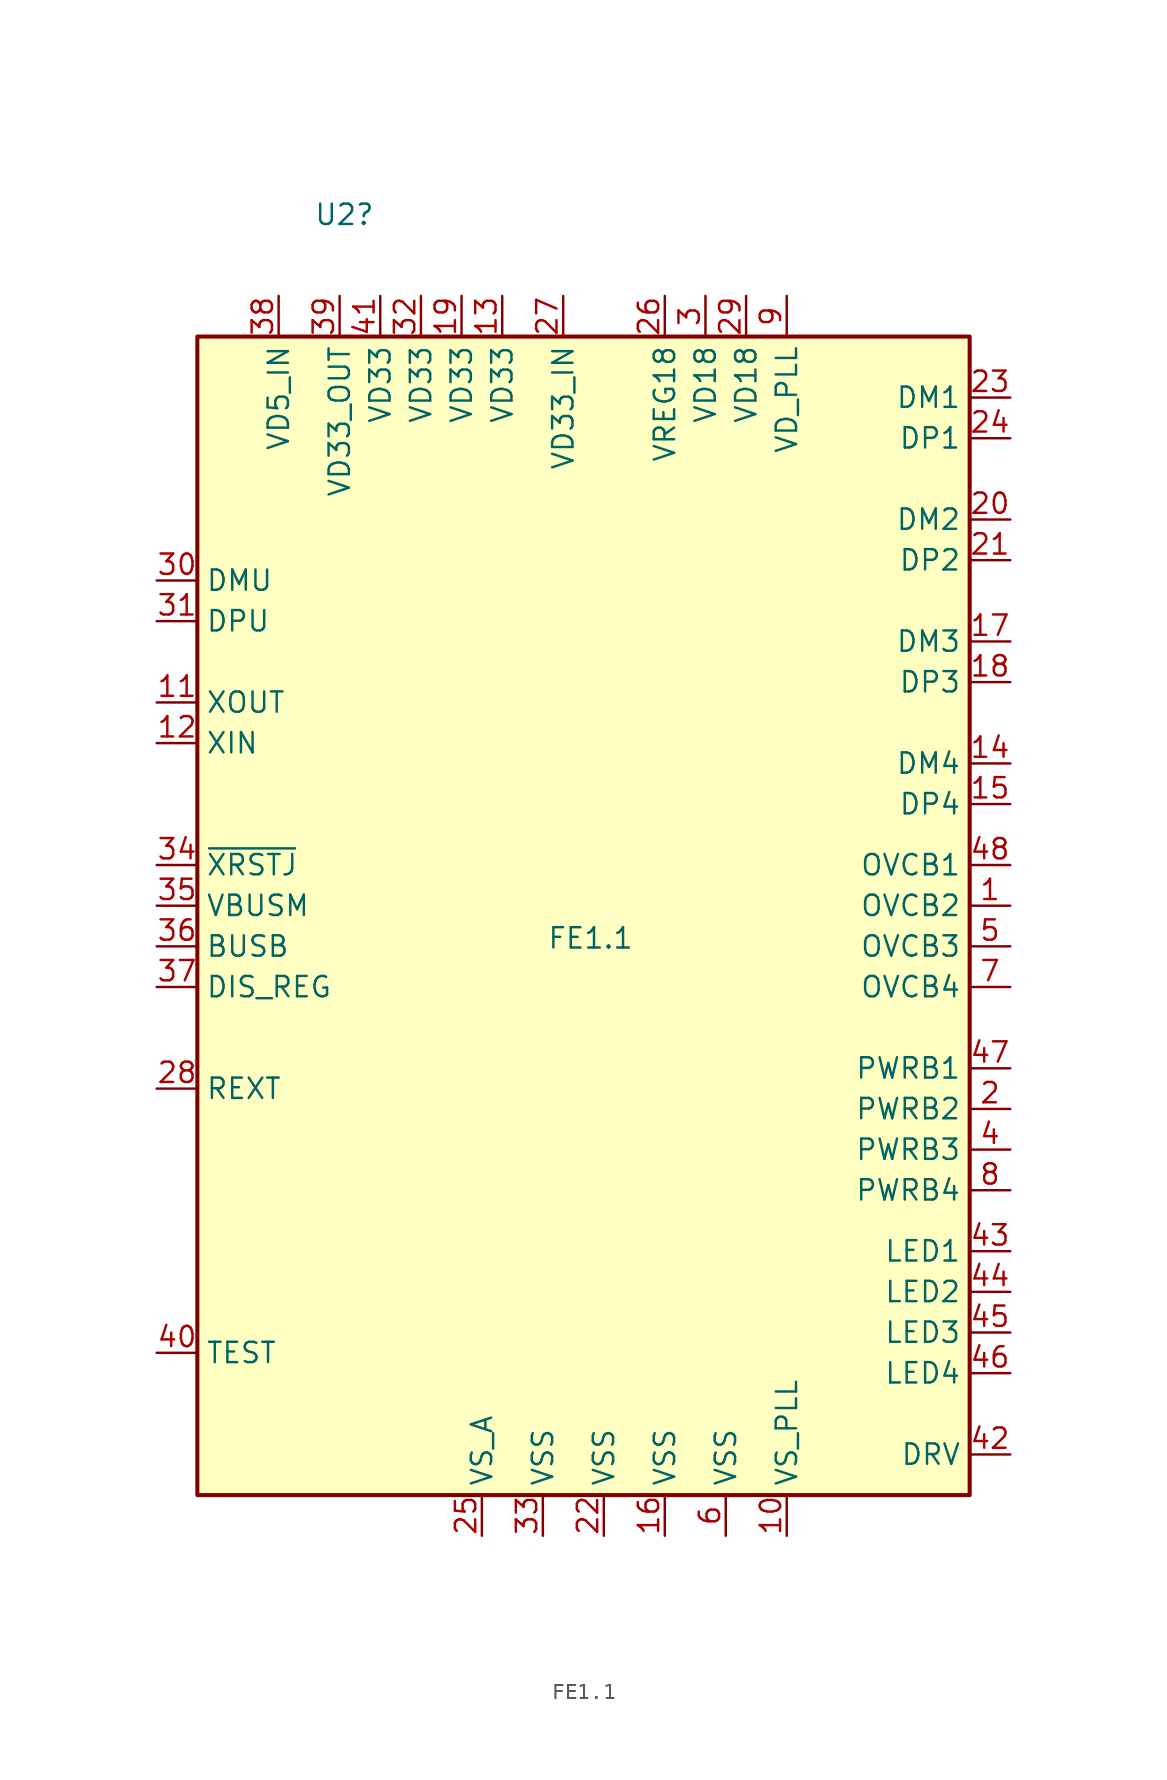
<source format=kicad_sym>
(kicad_symbol_lib
  (version 20231120)
  (generator "kicad_symbol_editor")
  (generator_version "8.0")
  (symbol "FE1.1"
    (property "Reference" "U2"
      (at -16.856 33.02 0)
      (effects (font (size 1.27 1.27)) (justify left)))
    (property "Value" "FE1.1"
      (at -2.286 -12.192 0)
      (effects (font (size 1.27 1.27)) (justify left)))
    (symbol "FE1.1_0_1"
      (rectangle (start -24.13 25.4) (end 24.13 -46.99) (stroke (width 0.254) (type default)) (fill (type background))))
    (symbol "FE1.1_1_1"
      (pin output line (at 26.67 -10.16 180) (length 2.54) (name "OVCB2" (effects (font (size 1.27 1.27)))) (number "1" (effects (font (size 1.27 1.27)))))
      (pin power_in line (at 12.7 -49.53 90) (length 2.54) (name "VS_PLL" (effects (font (size 1.27 1.27)))) (number "10" (effects (font (size 1.27 1.27)))))
      (pin output line (at -26.67 2.54 0) (length 2.54) (name "XOUT" (effects (font (size 1.27 1.27)))) (number "11" (effects (font (size 1.27 1.27)))))
      (pin input line (at -26.67 0 0) (length 2.54) (name "XIN" (effects (font (size 1.27 1.27)))) (number "12" (effects (font (size 1.27 1.27)))))
      (pin power_in line (at -5.08 27.94 270) (length 2.54) (name "VD33" (effects (font (size 1.27 1.27)))) (number "13" (effects (font (size 1.27 1.27)))))
      (pin bidirectional line (at 26.67 -1.27 180) (length 2.54) (name "DM4" (effects (font (size 1.27 1.27)))) (number "14" (effects (font (size 1.27 1.27)))))
      (pin bidirectional line (at 26.67 -3.81 180) (length 2.54) (name "DP4" (effects (font (size 1.27 1.27)))) (number "15" (effects (font (size 1.27 1.27)))))
      (pin power_in line (at 5.08 -49.53 90) (length 2.54) (name "VSS" (effects (font (size 1.27 1.27)))) (number "16" (effects (font (size 1.27 1.27)))))
      (pin bidirectional line (at 26.67 6.35 180) (length 2.54) (name "DM3" (effects (font (size 1.27 1.27)))) (number "17" (effects (font (size 1.27 1.27)))))
      (pin bidirectional line (at 26.67 3.81 180) (length 2.54) (name "DP3" (effects (font (size 1.27 1.27)))) (number "18" (effects (font (size 1.27 1.27)))))
      (pin power_in line (at -7.62 27.94 270) (length 2.54) (name "VD33" (effects (font (size 1.27 1.27)))) (number "19" (effects (font (size 1.27 1.27)))))
      (pin output line (at 26.67 -22.86 180) (length 2.54) (name "PWRB2" (effects (font (size 1.27 1.27)))) (number "2" (effects (font (size 1.27 1.27)))))
      (pin bidirectional line (at 26.67 13.97 180) (length 2.54) (name "DM2" (effects (font (size 1.27 1.27)))) (number "20" (effects (font (size 1.27 1.27)))))
      (pin bidirectional line (at 26.67 11.43 180) (length 2.54) (name "DP2" (effects (font (size 1.27 1.27)))) (number "21" (effects (font (size 1.27 1.27)))))
      (pin power_in line (at 1.27 -49.53 90) (length 2.54) (name "VSS" (effects (font (size 1.27 1.27)))) (number "22" (effects (font (size 1.27 1.27)))))
      (pin bidirectional line (at 26.67 21.59 180) (length 2.54) (name "DM1" (effects (font (size 1.27 1.27)))) (number "23" (effects (font (size 1.27 1.27)))))
      (pin bidirectional line (at 26.67 19.05 180) (length 2.54) (name "DP1" (effects (font (size 1.27 1.27)))) (number "24" (effects (font (size 1.27 1.27)))))
      (pin power_in line (at -6.35 -49.53 90) (length 2.54) (name "VS_A" (effects (font (size 1.27 1.27)))) (number "25" (effects (font (size 1.27 1.27)))))
      (pin power_out line (at 5.08 27.94 270) (length 2.54) (name "VREG18" (effects (font (size 1.27 1.27)))) (number "26" (effects (font (size 1.27 1.27)))))
      (pin power_in line (at -1.27 27.94 270) (length 2.54) (name "VD33_IN" (effects (font (size 1.27 1.27)))) (number "27" (effects (font (size 1.27 1.27)))))
      (pin passive line (at -26.67 -21.59 0) (length 2.54) (name "REXT" (effects (font (size 1.27 1.27)))) (number "28" (effects (font (size 1.27 1.27)))))
      (pin power_in line (at 10.16 27.94 270) (length 2.54) (name "VD18" (effects (font (size 1.27 1.27)))) (number "29" (effects (font (size 1.27 1.27)))))
      (pin power_in line (at 7.62 27.94 270) (length 2.54) (name "VD18" (effects (font (size 1.27 1.27)))) (number "3" (effects (font (size 1.27 1.27)))))
      (pin bidirectional line (at -26.67 10.16 0) (length 2.54) (name "DMU" (effects (font (size 1.27 1.27)))) (number "30" (effects (font (size 1.27 1.27)))))
      (pin bidirectional line (at -26.67 7.62 0) (length 2.54) (name "DPU" (effects (font (size 1.27 1.27)))) (number "31" (effects (font (size 1.27 1.27)))))
      (pin power_in line (at -10.16 27.94 270) (length 2.54) (name "VD33" (effects (font (size 1.27 1.27)))) (number "32" (effects (font (size 1.27 1.27)))))
      (pin power_in line (at -2.54 -49.53 90) (length 2.54) (name "VSS" (effects (font (size 1.27 1.27)))) (number "33" (effects (font (size 1.27 1.27)))))
      (pin input line (at -26.67 -7.62 0) (length 2.54) (name "~{XRSTJ}" (effects (font (size 1.27 1.27)))) (number "34" (effects (font (size 1.27 1.27)))))
      (pin input line (at -26.67 -10.16 0) (length 2.54) (name "VBUSM" (effects (font (size 1.27 1.27)))) (number "35" (effects (font (size 1.27 1.27)))))
      (pin input line (at -26.67 -12.7 0) (length 2.54) (name "BUSB" (effects (font (size 1.27 1.27)))) (number "36" (effects (font (size 1.27 1.27)))))
      (pin input line (at -26.67 -15.24 0) (length 2.54) (name "DIS_REG" (effects (font (size 1.27 1.27)))) (number "37" (effects (font (size 1.27 1.27)))))
      (pin power_in line (at -19.05 27.94 270) (length 2.54) (name "VD5_IN" (effects (font (size 1.27 1.27)))) (number "38" (effects (font (size 1.27 1.27)))))
      (pin power_out line (at -15.24 27.94 270) (length 2.54) (name "VD33_OUT" (effects (font (size 1.27 1.27)))) (number "39" (effects (font (size 1.27 1.27)))))
      (pin output line (at 26.67 -25.4 180) (length 2.54) (name "PWRB3" (effects (font (size 1.27 1.27)))) (number "4" (effects (font (size 1.27 1.27)))))
      (pin power_in line (at -26.67 -38.1 0) (length 2.54) (name "TEST" (effects (font (size 1.27 1.27)))) (number "40" (effects (font (size 1.27 1.27)))))
      (pin power_in line (at -12.7 27.94 270) (length 2.54) (name "VD33" (effects (font (size 1.27 1.27)))) (number "41" (effects (font (size 1.27 1.27)))))
      (pin bidirectional line (at 26.67 -44.45 180) (length 2.54) (name "DRV" (effects (font (size 1.27 1.27)))) (number "42" (effects (font (size 1.27 1.27)))))
      (pin output line (at 26.67 -31.75 180) (length 2.54) (name "LED1" (effects (font (size 1.27 1.27)))) (number "43" (effects (font (size 1.27 1.27)))))
      (pin output line (at 26.67 -34.29 180) (length 2.54) (name "LED2" (effects (font (size 1.27 1.27)))) (number "44" (effects (font (size 1.27 1.27)))))
      (pin output line (at 26.67 -36.83 180) (length 2.54) (name "LED3" (effects (font (size 1.27 1.27)))) (number "45" (effects (font (size 1.27 1.27)))))
      (pin bidirectional line (at 26.67 -39.37 180) (length 2.54) (name "LED4" (effects (font (size 1.27 1.27)))) (number "46" (effects (font (size 1.27 1.27)))))
      (pin output line (at 26.67 -20.32 180) (length 2.54) (name "PWRB1" (effects (font (size 1.27 1.27)))) (number "47" (effects (font (size 1.27 1.27)))))
      (pin output line (at 26.67 -7.62 180) (length 2.54) (name "OVCB1" (effects (font (size 1.27 1.27)))) (number "48" (effects (font (size 1.27 1.27)))))
      (pin output line (at 26.67 -12.7 180) (length 2.54) (name "OVCB3" (effects (font (size 1.27 1.27)))) (number "5" (effects (font (size 1.27 1.27)))))
      (pin power_in line (at 8.89 -49.53 90) (length 2.54) (name "VSS" (effects (font (size 1.27 1.27)))) (number "6" (effects (font (size 1.27 1.27)))))
      (pin output line (at 26.67 -15.24 180) (length 2.54) (name "OVCB4" (effects (font (size 1.27 1.27)))) (number "7" (effects (font (size 1.27 1.27)))))
      (pin bidirectional line (at 26.67 -27.94 180) (length 2.54) (name "PWRB4" (effects (font (size 1.27 1.27)))) (number "8" (effects (font (size 1.27 1.27)))))
      (pin power_in line (at 12.7 27.94 270) (length 2.54) (name "VD_PLL" (effects (font (size 1.27 1.27)))) (number "9" (effects (font (size 1.27 1.27))))))))
</source>
